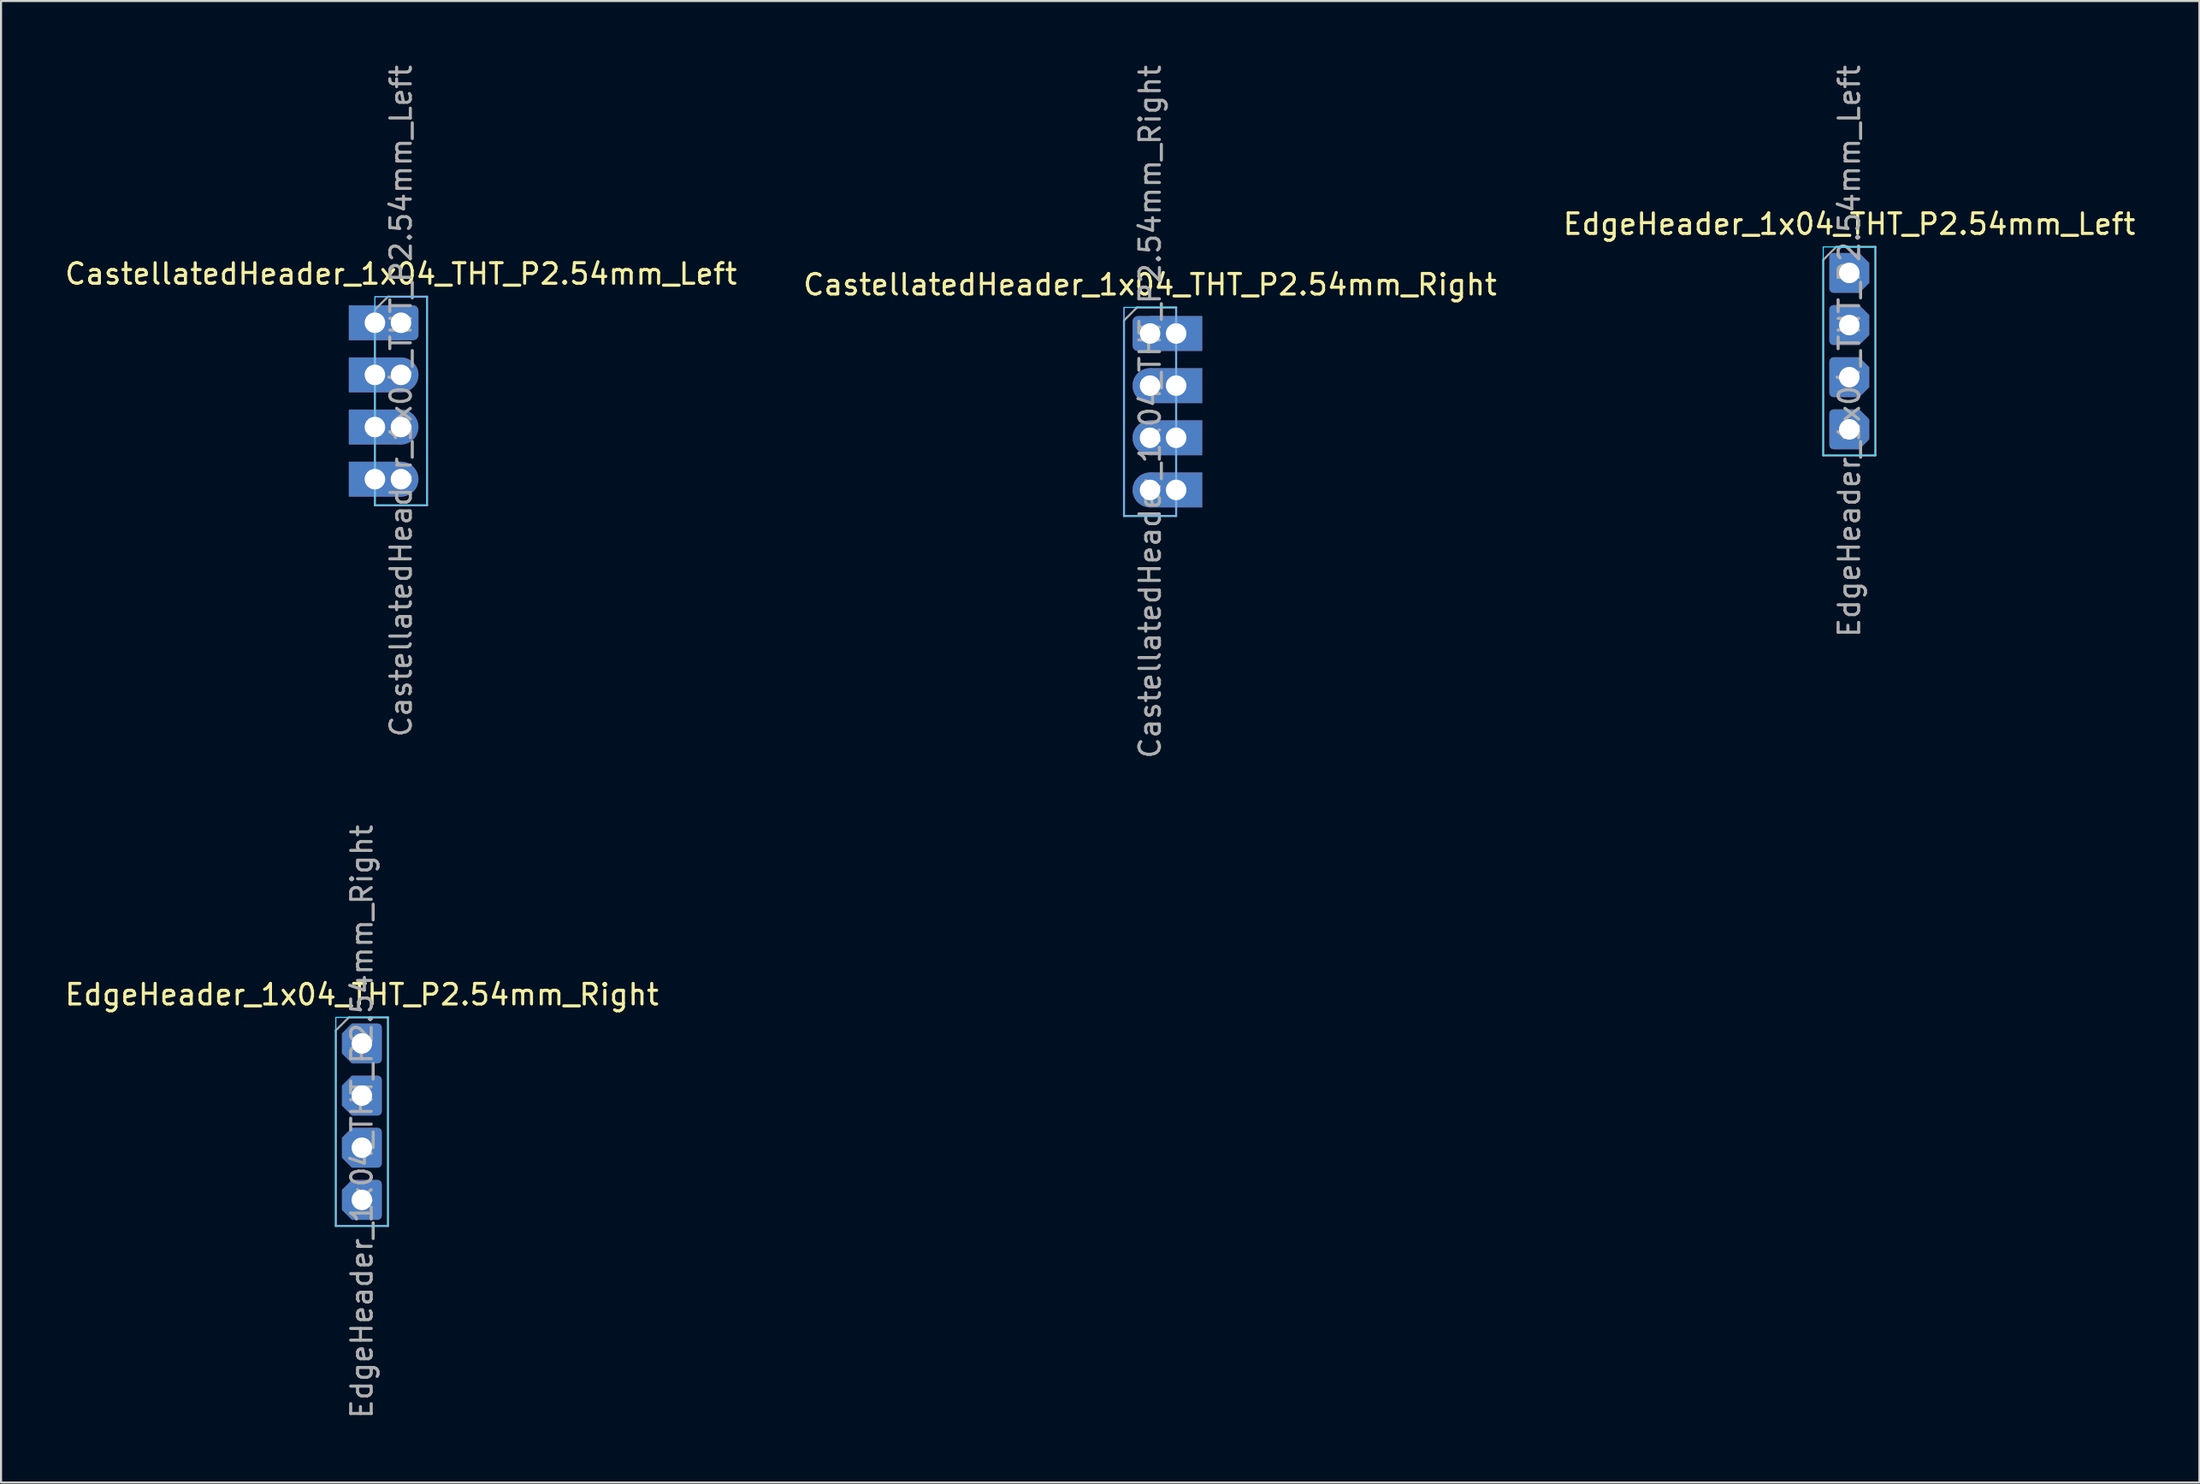
<source format=kicad_pcb>
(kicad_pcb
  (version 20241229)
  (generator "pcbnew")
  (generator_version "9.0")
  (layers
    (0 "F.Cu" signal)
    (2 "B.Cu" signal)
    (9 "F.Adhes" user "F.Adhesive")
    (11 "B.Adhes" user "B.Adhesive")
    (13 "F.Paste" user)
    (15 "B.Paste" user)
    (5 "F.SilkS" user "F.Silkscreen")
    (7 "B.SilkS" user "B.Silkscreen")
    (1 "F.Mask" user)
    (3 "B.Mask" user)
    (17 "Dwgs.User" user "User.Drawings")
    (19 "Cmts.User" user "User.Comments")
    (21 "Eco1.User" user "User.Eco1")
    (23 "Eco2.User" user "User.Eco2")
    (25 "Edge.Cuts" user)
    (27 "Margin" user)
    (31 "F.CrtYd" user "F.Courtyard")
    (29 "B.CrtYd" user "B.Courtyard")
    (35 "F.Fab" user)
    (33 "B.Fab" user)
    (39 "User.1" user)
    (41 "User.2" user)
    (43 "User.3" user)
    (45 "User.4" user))
  (footprint "CastellatedHeader_1x04_THT_P2.54mm_Left"
    (layer "F.Cu")
    (at 16.482 12.672)
    (property "Reference" "CastellatedHeader_1x04_THT_P2.54mm_Left" (at 0 -2.38 0) (layer "F.SilkS") (effects (font (size 1 1) (thickness 0.15))))
    (attr through_hole)
    (fp_rect (start -1.27 -1.27) (end 1.27 8.89) (stroke (width 0.05) (type default)) (fill no) (layer "B.CrtYd"))
    (fp_rect (start -1.27 -1.27) (end 1.27 8.89) (stroke (width 0.05) (type default)) (fill no) (layer "F.CrtYd"))
    (fp_line (start -1.27 -0.635) (end -0.635 -1.27) (stroke (width 0.1) (type solid)) (layer "F.Fab"))
    (fp_line (start -1.27 8.89) (end -1.27 -0.635) (stroke (width 0.1) (type solid)) (layer "F.Fab"))
    (fp_line (start -0.635 -1.27) (end 1.27 -1.27) (stroke (width 0.1) (type solid)) (layer "F.Fab"))
    (fp_line (start 1.27 -1.27) (end 1.27 8.89) (stroke (width 0.1) (type solid)) (layer "F.Fab"))
    (fp_line (start 1.27 8.89) (end -1.27 8.89) (stroke (width 0.1) (type solid)) (layer "F.Fab"))
    (fp_text user "${REFERENCE}" (at 0 3.81 90) (layer "F.Fab") (effects (font (size 1 1) (thickness 0.15))))
    (pad "1" thru_hole rect (at -1.27 0) (size 2.54 1.7) (drill 1) (layers "*.Cu" "*.Mask"))
    (pad "1" thru_hole roundrect (at 0 0) (size 1.7 1.7) (drill 1) (layers "*.Cu" "*.Mask") (roundrect_rratio 0.15))
    (pad "2" thru_hole rect (at -1.27 2.54) (size 2.54 1.7) (drill 1) (layers "*.Cu" "*.Mask"))
    (pad "2" thru_hole circle (at 0 2.54) (size 1.7 1.7) (drill 1) (layers "*.Cu" "*.Mask"))
    (pad "3" thru_hole rect (at -1.27 5.08) (size 2.54 1.7) (drill 1) (layers "*.Cu" "*.Mask"))
    (pad "3" thru_hole circle (at 0 5.08) (size 1.7 1.7) (drill 1) (layers "*.Cu" "*.Mask"))
    (pad "4" thru_hole rect (at -1.27 7.62) (size 2.54 1.7) (drill 1) (layers "*.Cu" "*.Mask"))
    (pad "4" thru_hole circle (at 0 7.62) (size 1.7 1.7) (drill 1) (layers "*.Cu" "*.Mask")))
  (footprint "CastellatedHeader_1x04_THT_P2.54mm_Right"
    (layer "F.Cu")
    (at 52.97 13.196)
    (property "Reference" "CastellatedHeader_1x04_THT_P2.54mm_Right" (at 0 -2.38 0) (layer "F.SilkS") (effects (font (size 1 1) (thickness 0.15))))
    (attr through_hole)
    (fp_rect (start -1.27 -1.27) (end 1.27 8.89) (stroke (width 0.05) (type default)) (fill no) (layer "B.CrtYd"))
    (fp_rect (start -1.27 -1.27) (end 1.27 8.89) (stroke (width 0.05) (type default)) (fill no) (layer "F.CrtYd"))
    (fp_line (start -1.27 -0.635) (end -0.635 -1.27) (stroke (width 0.1) (type solid)) (layer "F.Fab"))
    (fp_line (start -1.27 8.89) (end -1.27 -0.635) (stroke (width 0.1) (type solid)) (layer "F.Fab"))
    (fp_line (start -0.635 -1.27) (end 1.27 -1.27) (stroke (width 0.1) (type solid)) (layer "F.Fab"))
    (fp_line (start 1.27 -1.27) (end 1.27 8.89) (stroke (width 0.1) (type solid)) (layer "F.Fab"))
    (fp_line (start 1.27 8.89) (end -1.27 8.89) (stroke (width 0.1) (type solid)) (layer "F.Fab"))
    (fp_text user "${REFERENCE}" (at 0 3.81 90) (layer "F.Fab") (effects (font (size 1 1) (thickness 0.15))))
    (pad "1" thru_hole roundrect (at 0 0) (size 1.7 1.7) (drill 1) (layers "*.Cu" "*.Mask") (roundrect_rratio 0.15))
    (pad "1" thru_hole rect (at 1.27 0) (size 2.54 1.7) (drill 1) (layers "*.Cu" "*.Mask"))
    (pad "2" thru_hole circle (at 0 2.54) (size 1.7 1.7) (drill 1) (layers "*.Cu" "*.Mask"))
    (pad "2" thru_hole rect (at 1.27 2.54) (size 2.54 1.7) (drill 1) (layers "*.Cu" "*.Mask"))
    (pad "3" thru_hole circle (at 0 5.08) (size 1.7 1.7) (drill 1) (layers "*.Cu" "*.Mask"))
    (pad "3" thru_hole rect (at 1.27 5.08) (size 2.54 1.7) (drill 1) (layers "*.Cu" "*.Mask"))
    (pad "4" thru_hole circle (at 0 7.62) (size 1.7 1.7) (drill 1) (layers "*.Cu" "*.Mask"))
    (pad "4" thru_hole rect (at 1.27 7.62) (size 2.54 1.7) (drill 1) (layers "*.Cu" "*.Mask")))
  (footprint "EdgeHeader_1x04_THT_P2.54mm_Right"
    (layer "F.Cu")
    (at 14.577 47.779)
    (property "Reference" "EdgeHeader_1x04_THT_P2.54mm_Right" (at 0 -2.38 0) (layer "F.SilkS") (effects (font (size 1 1) (thickness 0.15))))
    (attr through_hole)
    (fp_rect (start -1.27 -1.27) (end 1.27 8.89) (stroke (width 0.05) (type default)) (fill no) (layer "B.CrtYd"))
    (fp_rect (start -1.27 -1.27) (end 1.27 8.89) (stroke (width 0.05) (type default)) (fill no) (layer "F.CrtYd"))
    (fp_line (start -1.27 -0.635) (end -0.635 -1.27) (stroke (width 0.1) (type solid)) (layer "F.Fab"))
    (fp_line (start -1.27 8.89) (end -1.27 -0.635) (stroke (width 0.1) (type solid)) (layer "F.Fab"))
    (fp_line (start -0.635 -1.27) (end 1.27 -1.27) (stroke (width 0.1) (type solid)) (layer "F.Fab"))
    (fp_line (start 1.27 -1.27) (end 1.27 8.89) (stroke (width 0.1) (type solid)) (layer "F.Fab"))
    (fp_line (start 1.27 8.89) (end -1.27 8.89) (stroke (width 0.1) (type solid)) (layer "F.Fab"))
    (fp_text user "${REFERENCE}" (at 0 3.81 90) (layer "F.Fab") (effects (font (size 1 1) (thickness 0.15))))
    (pad "1" thru_hole roundrect (at 0 0) (size 1.94 1.94) (drill 1) (layers "*.Cu" "*.Mask") (roundrect_rratio 0.103) (chamfer_ratio 0.25) (chamfer top_left bottom_left))
    (pad "2" thru_hole roundrect (at 0 2.54) (size 1.94 1.94) (drill 1) (layers "*.Cu" "*.Mask") (roundrect_rratio 0.103) (chamfer_ratio 0.25) (chamfer top_left bottom_left))
    (pad "3" thru_hole roundrect (at 0 5.08) (size 1.94 1.94) (drill 1) (layers "*.Cu" "*.Mask") (roundrect_rratio 0.103) (chamfer_ratio 0.25) (chamfer top_left bottom_left))
    (pad "4" thru_hole roundrect (at 0 7.62) (size 1.94 1.94) (drill 1) (layers "*.Cu" "*.Mask") (roundrect_rratio 0.103) (chamfer_ratio 0.25) (chamfer top_left bottom_left)))
  (footprint "EdgeHeader_1x04_THT_P2.54mm_Left"
    (layer "F.Cu")
    (at 87.03 10.244)
    (property "Reference" "EdgeHeader_1x04_THT_P2.54mm_Left" (at 0 -2.38 0) (layer "F.SilkS") (effects (font (size 1 1) (thickness 0.15))))
    (attr through_hole)
    (fp_rect (start -1.27 -1.27) (end 1.27 8.89) (stroke (width 0.05) (type default)) (fill no) (layer "B.CrtYd"))
    (fp_rect (start -1.27 -1.27) (end 1.27 8.89) (stroke (width 0.05) (type default)) (fill no) (layer "F.CrtYd"))
    (fp_line (start -1.27 -0.635) (end -0.635 -1.27) (stroke (width 0.1) (type solid)) (layer "F.Fab"))
    (fp_line (start -1.27 8.89) (end -1.27 -0.635) (stroke (width 0.1) (type solid)) (layer "F.Fab"))
    (fp_line (start -0.635 -1.27) (end 1.27 -1.27) (stroke (width 0.1) (type solid)) (layer "F.Fab"))
    (fp_line (start 1.27 -1.27) (end 1.27 8.89) (stroke (width 0.1) (type solid)) (layer "F.Fab"))
    (fp_line (start 1.27 8.89) (end -1.27 8.89) (stroke (width 0.1) (type solid)) (layer "F.Fab"))
    (fp_text user "${REFERENCE}" (at 0 3.81 90) (layer "F.Fab") (effects (font (size 1 1) (thickness 0.15))))
    (pad "1" thru_hole roundrect (at 0 0 180) (size 1.94 1.94) (drill 1) (layers "*.Cu" "*.Mask") (roundrect_rratio 0.103) (chamfer_ratio 0.25) (chamfer top_left bottom_left))
    (pad "2" thru_hole roundrect (at 0 2.54 180) (size 1.94 1.94) (drill 1) (layers "*.Cu" "*.Mask") (roundrect_rratio 0.103) (chamfer_ratio 0.25) (chamfer top_left bottom_left))
    (pad "3" thru_hole roundrect (at 0 5.08 180) (size 1.94 1.94) (drill 1) (layers "*.Cu" "*.Mask") (roundrect_rratio 0.103) (chamfer_ratio 0.25) (chamfer top_left bottom_left))
    (pad "4" thru_hole roundrect (at 0 7.62 180) (size 1.94 1.94) (drill 1) (layers "*.Cu" "*.Mask") (roundrect_rratio 0.103) (chamfer_ratio 0.25) (chamfer top_left bottom_left)))
  (gr_rect
    (start -3 -3)
    (end 104.083 69.167)
    (stroke (width 0.1) (type default))
    (fill no)
    (layer "Edge.Cuts")))
</source>
